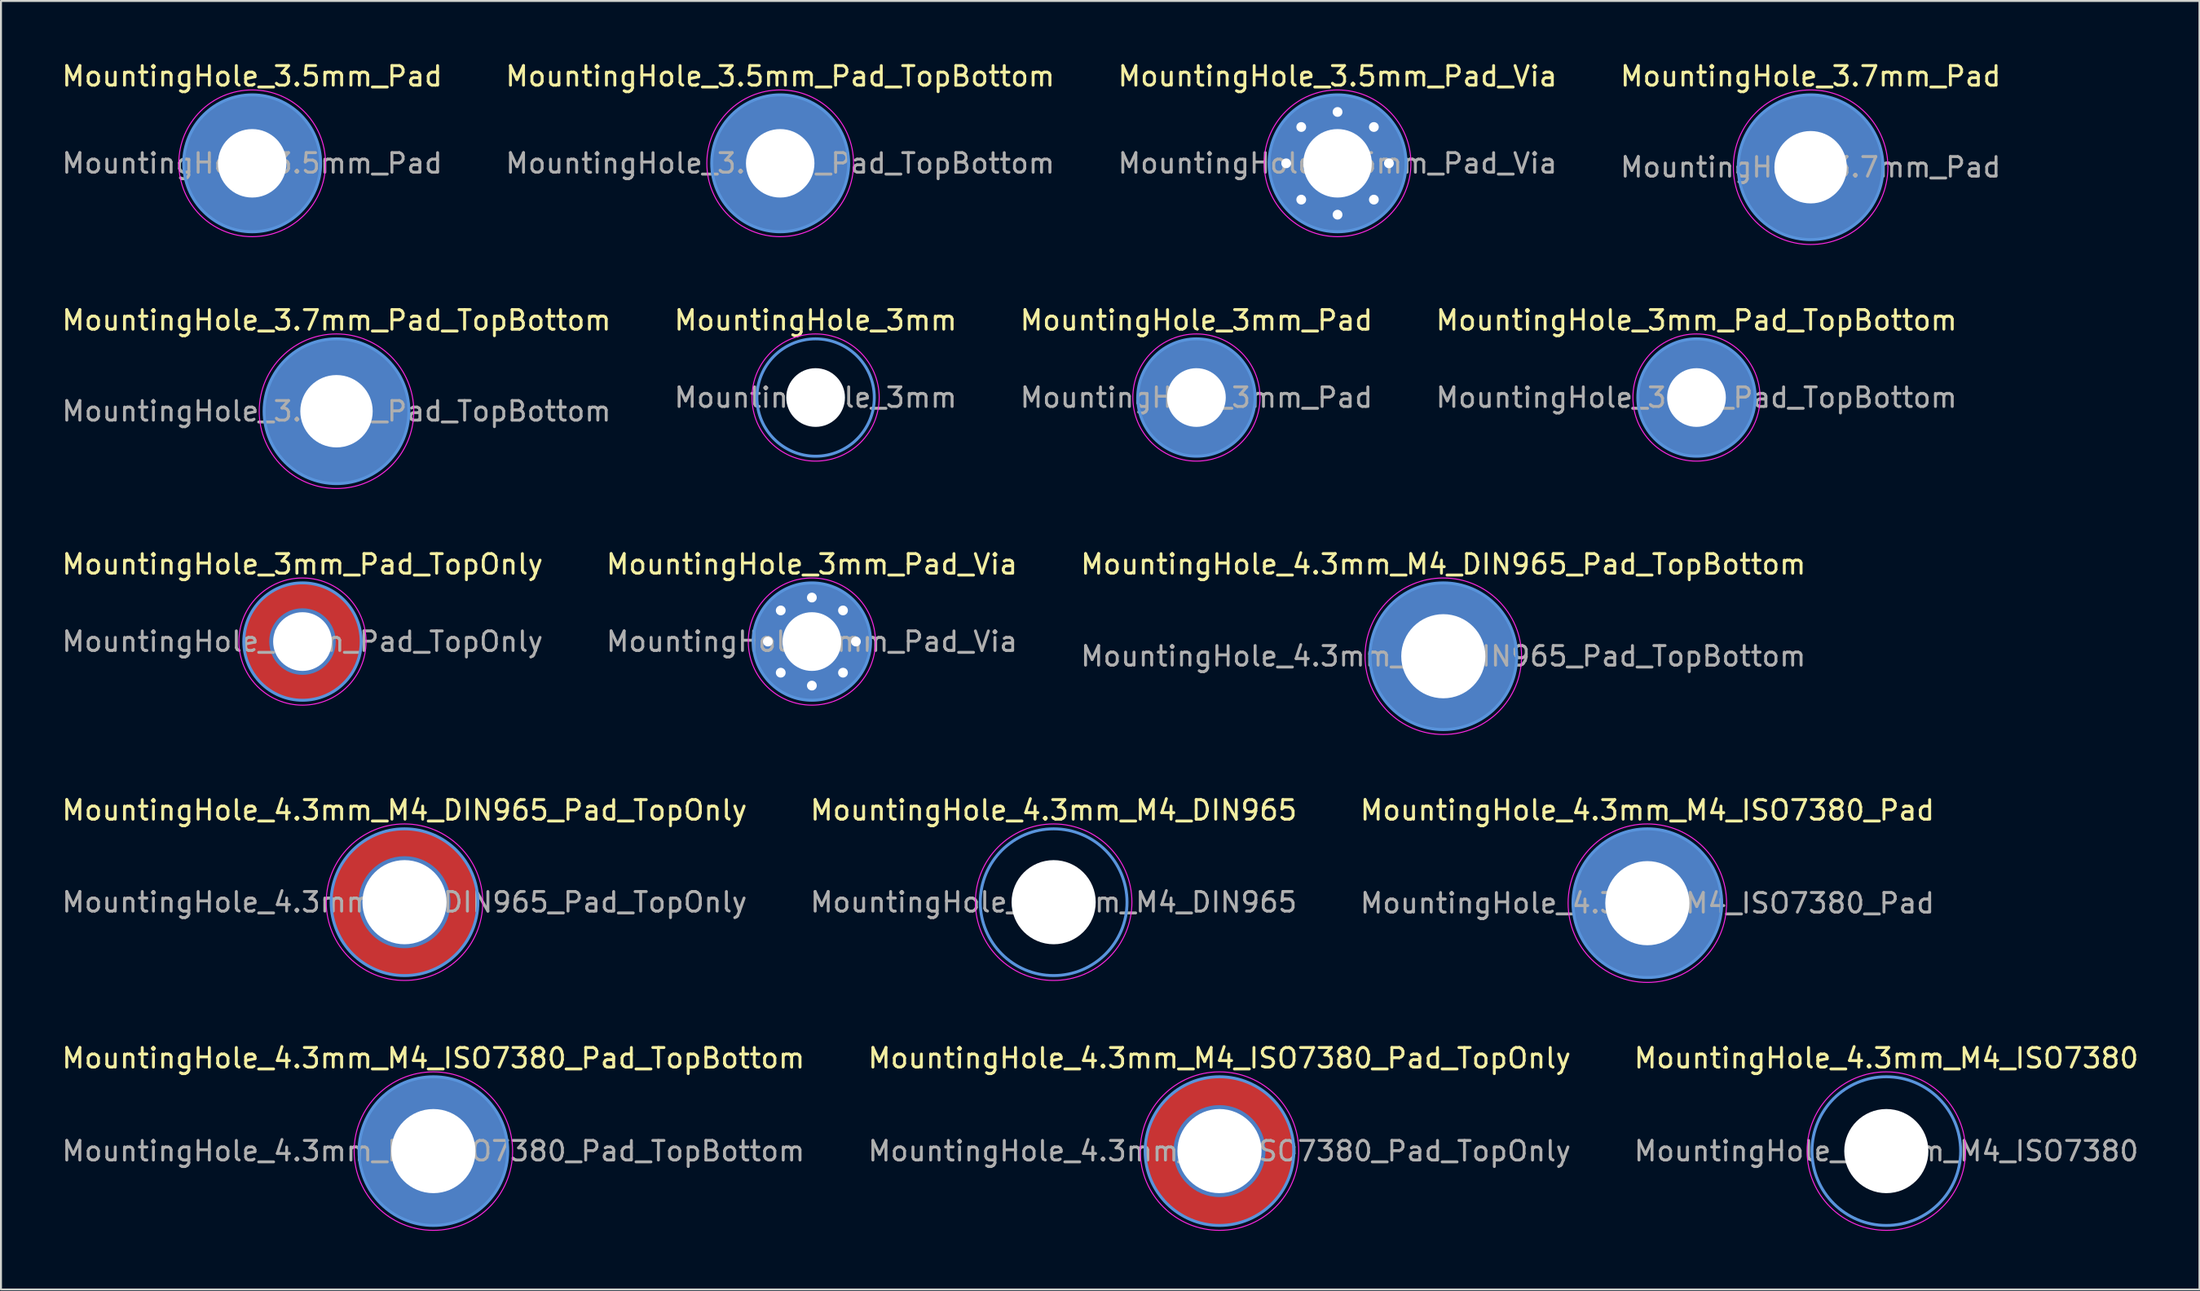
<source format=kicad_pcb>
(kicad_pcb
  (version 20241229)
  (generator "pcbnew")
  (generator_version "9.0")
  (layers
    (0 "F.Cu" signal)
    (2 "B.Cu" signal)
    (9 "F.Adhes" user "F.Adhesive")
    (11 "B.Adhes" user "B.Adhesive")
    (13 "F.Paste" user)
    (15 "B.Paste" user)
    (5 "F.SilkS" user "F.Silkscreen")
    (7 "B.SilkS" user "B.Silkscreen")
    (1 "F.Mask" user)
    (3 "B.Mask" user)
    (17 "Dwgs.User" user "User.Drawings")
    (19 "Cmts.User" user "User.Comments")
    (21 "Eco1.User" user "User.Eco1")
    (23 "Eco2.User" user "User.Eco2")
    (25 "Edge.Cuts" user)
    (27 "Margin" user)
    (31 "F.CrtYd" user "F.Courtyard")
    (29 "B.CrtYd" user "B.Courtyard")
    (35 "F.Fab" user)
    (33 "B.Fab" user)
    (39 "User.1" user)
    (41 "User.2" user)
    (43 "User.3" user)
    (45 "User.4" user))
  (footprint "MountingHole_3.5mm_Pad_TopBottom"
    (layer "F.Cu")
    (at 36.827 5.298)
    (property "Reference" "MountingHole_3.5mm_Pad_TopBottom" (at 0 -4.45 0) (layer "F.SilkS") (effects (font (size 1 1) (thickness 0.15))))
    (attr exclude_from_pos_files exclude_from_bom)
    (fp_circle (center 0 0) (end 3.5 0) (stroke (width 0.15) (type solid)) (fill no) (layer "Cmts.User"))
    (fp_circle (center 0 0) (end 3.75 0) (stroke (width 0.05) (type solid)) (fill no) (layer "F.CrtYd"))
    (fp_text user "${REFERENCE}" (at 0 0 0) (layer "F.Fab") (effects (font (size 1 1) (thickness 0.15))))
    (pad "1" thru_hole circle (at 0 0) (size 3.9 3.9) (drill 3.5) (layers "*.Cu" "*.Mask"))
    (pad "1" connect circle (at 0 0) (size 7 7) (layers "F.Cu" "F.Mask"))
    (pad "1" connect circle (at 0 0) (size 7 7) (layers "B.Cu" "B.Mask")))
  (footprint "MountingHole_4.3mm_M4_DIN965_Pad_TopOnly"
    (layer "F.Cu")
    (at 17.625 43.068)
    (property "Reference" "MountingHole_4.3mm_M4_DIN965_Pad_TopOnly" (at 0 -4.7 0) (layer "F.SilkS") (effects (font (size 1 1) (thickness 0.15))))
    (attr exclude_from_pos_files exclude_from_bom)
    (fp_circle (center 0 0) (end 3.75 0) (stroke (width 0.15) (type solid)) (fill no) (layer "Cmts.User"))
    (fp_circle (center 0 0) (end 4 0) (stroke (width 0.05) (type solid)) (fill no) (layer "F.CrtYd"))
    (fp_text user "${REFERENCE}" (at 0 0 0) (layer "F.Fab") (effects (font (size 1 1) (thickness 0.15))))
    (pad "1" thru_hole circle (at 0 0) (size 4.7 4.7) (drill 4.3) (layers "*.Cu" "*.Mask"))
    (pad "1" connect circle (at 0 0) (size 7.5 7.5) (layers "F.Cu" "F.Mask")))
  (footprint "MountingHole_4.3mm_M4_ISO7380_Pad"
    (layer "F.Cu")
    (at 81.149 43.118)
    (property "Reference" "MountingHole_4.3mm_M4_ISO7380_Pad" (at 0 -4.75 0) (layer "F.SilkS") (effects (font (size 1 1) (thickness 0.15))))
    (attr exclude_from_pos_files exclude_from_bom)
    (fp_circle (center 0 0) (end 3.8 0) (stroke (width 0.15) (type solid)) (fill no) (layer "Cmts.User"))
    (fp_circle (center 0 0) (end 4.05 0) (stroke (width 0.05) (type solid)) (fill no) (layer "F.CrtYd"))
    (fp_text user "${REFERENCE}" (at 0 0 0) (layer "F.Fab") (effects (font (size 1 1) (thickness 0.15))))
    (pad "1" thru_hole circle (at 0 0) (size 7.6 7.6) (drill 4.3) (layers "*.Cu" "*.Mask")))
  (footprint "MountingHole_3mm_Pad_Via"
    (layer "F.Cu")
    (at 38.446 29.745)
    (property "Reference" "MountingHole_3mm_Pad_Via" (at 0 -3.95 0) (layer "F.SilkS") (effects (font (size 1 1) (thickness 0.15))))
    (attr exclude_from_pos_files exclude_from_bom)
    (fp_circle (center 0 0) (end 3 0) (stroke (width 0.15) (type solid)) (fill no) (layer "Cmts.User"))
    (fp_circle (center 0 0) (end 3.25 0) (stroke (width 0.05) (type solid)) (fill no) (layer "F.CrtYd"))
    (fp_text user "${REFERENCE}" (at 0 0 0) (layer "F.Fab") (effects (font (size 1 1) (thickness 0.15))))
    (pad "1" thru_hole circle (at -2.25 0) (size 0.8 0.8) (drill 0.5) (layers "*.Cu" "*.Mask"))
    (pad "1" thru_hole circle (at -1.591 -1.591) (size 0.8 0.8) (drill 0.5) (layers "*.Cu" "*.Mask"))
    (pad "1" thru_hole circle (at -1.591 1.591) (size 0.8 0.8) (drill 0.5) (layers "*.Cu" "*.Mask"))
    (pad "1" thru_hole circle (at 0 -2.25) (size 0.8 0.8) (drill 0.5) (layers "*.Cu" "*.Mask"))
    (pad "1" thru_hole circle (at 0 0) (size 6 6) (drill 3) (layers "*.Cu" "*.Mask"))
    (pad "1" thru_hole circle (at 0 2.25) (size 0.8 0.8) (drill 0.5) (layers "*.Cu" "*.Mask"))
    (pad "1" thru_hole circle (at 1.591 -1.591) (size 0.8 0.8) (drill 0.5) (layers "*.Cu" "*.Mask"))
    (pad "1" thru_hole circle (at 1.591 1.591) (size 0.8 0.8) (drill 0.5) (layers "*.Cu" "*.Mask"))
    (pad "1" thru_hole circle (at 2.25 0) (size 0.8 0.8) (drill 0.5) (layers "*.Cu" "*.Mask")))
  (footprint "MountingHole_4.3mm_M4_ISO7380_Pad_TopBottom"
    (layer "F.Cu")
    (at 19.101 55.791)
    (property "Reference" "MountingHole_4.3mm_M4_ISO7380_Pad_TopBottom" (at 0 -4.75 0) (layer "F.SilkS") (effects (font (size 1 1) (thickness 0.15))))
    (attr exclude_from_pos_files exclude_from_bom)
    (fp_circle (center 0 0) (end 3.8 0) (stroke (width 0.15) (type solid)) (fill no) (layer "Cmts.User"))
    (fp_circle (center 0 0) (end 4.05 0) (stroke (width 0.05) (type solid)) (fill no) (layer "F.CrtYd"))
    (fp_text user "${REFERENCE}" (at 0 0 0) (layer "F.Fab") (effects (font (size 1 1) (thickness 0.15))))
    (pad "1" thru_hole circle (at 0 0) (size 4.7 4.7) (drill 4.3) (layers "*.Cu" "*.Mask"))
    (pad "1" connect circle (at 0 0) (size 7.6 7.6) (layers "F.Cu" "F.Mask"))
    (pad "1" connect circle (at 0 0) (size 7.6 7.6) (layers "B.Cu" "B.Mask")))
  (footprint "MountingHole_3mm_Pad"
    (layer "F.Cu")
    (at 58.101 17.271)
    (property "Reference" "MountingHole_3mm_Pad" (at 0 -3.95 0) (layer "F.SilkS") (effects (font (size 1 1) (thickness 0.15))))
    (attr exclude_from_pos_files exclude_from_bom)
    (fp_circle (center 0 0) (end 3 0) (stroke (width 0.15) (type solid)) (fill no) (layer "Cmts.User"))
    (fp_circle (center 0 0) (end 3.25 0) (stroke (width 0.05) (type solid)) (fill no) (layer "F.CrtYd"))
    (fp_text user "${REFERENCE}" (at 0 0 0) (layer "F.Fab") (effects (font (size 1 1) (thickness 0.15))))
    (pad "1" thru_hole circle (at 0 0) (size 6 6) (drill 3) (layers "*.Cu" "*.Mask")))
  (footprint "MountingHole_3mm_Pad_TopBottom"
    (layer "F.Cu")
    (at 83.661 17.271)
    (property "Reference" "MountingHole_3mm_Pad_TopBottom" (at 0 -3.95 0) (layer "F.SilkS") (effects (font (size 1 1) (thickness 0.15))))
    (attr exclude_from_pos_files exclude_from_bom)
    (fp_circle (center 0 0) (end 3 0) (stroke (width 0.15) (type solid)) (fill no) (layer "Cmts.User"))
    (fp_circle (center 0 0) (end 3.25 0) (stroke (width 0.05) (type solid)) (fill no) (layer "F.CrtYd"))
    (fp_text user "${REFERENCE}" (at 0 0 0) (layer "F.Fab") (effects (font (size 1 1) (thickness 0.15))))
    (pad "1" thru_hole circle (at 0 0) (size 3.4 3.4) (drill 3) (layers "*.Cu" "*.Mask"))
    (pad "1" connect circle (at 0 0) (size 6 6) (layers "F.Cu" "F.Mask"))
    (pad "1" connect circle (at 0 0) (size 6 6) (layers "B.Cu" "B.Mask")))
  (footprint "MountingHole_3mm_Pad_TopOnly"
    (layer "F.Cu")
    (at 12.411 29.745)
    (property "Reference" "MountingHole_3mm_Pad_TopOnly" (at 0 -3.95 0) (layer "F.SilkS") (effects (font (size 1 1) (thickness 0.15))))
    (attr exclude_from_pos_files exclude_from_bom)
    (fp_circle (center 0 0) (end 3 0) (stroke (width 0.15) (type solid)) (fill no) (layer "Cmts.User"))
    (fp_circle (center 0 0) (end 3.25 0) (stroke (width 0.05) (type solid)) (fill no) (layer "F.CrtYd"))
    (fp_text user "${REFERENCE}" (at 0 0 0) (layer "F.Fab") (effects (font (size 1 1) (thickness 0.15))))
    (pad "1" thru_hole circle (at 0 0) (size 3.4 3.4) (drill 3) (layers "*.Cu" "*.Mask"))
    (pad "1" connect circle (at 0 0) (size 6 6) (layers "F.Cu" "F.Mask")))
  (footprint "MountingHole_3mm"
    (layer "F.Cu")
    (at 38.637 17.271)
    (property "Reference" "MountingHole_3mm" (at 0 -3.95 0) (layer "F.SilkS") (effects (font (size 1 1) (thickness 0.15))))
    (attr exclude_from_pos_files exclude_from_bom)
    (fp_circle (center 0 0) (end 3 0) (stroke (width 0.15) (type solid)) (fill no) (layer "Cmts.User"))
    (fp_circle (center 0 0) (end 3.25 0) (stroke (width 0.05) (type solid)) (fill no) (layer "F.CrtYd"))
    (fp_text user "${REFERENCE}" (at 0 0 0) (layer "F.Fab") (effects (font (size 1 1) (thickness 0.15))))
    (pad "" np_thru_hole circle (at 0 0) (size 3 3) (drill 3) (layers "*.Cu" "*.Mask")))
  (footprint "MountingHole_4.3mm_M4_ISO7380_Pad_TopOnly"
    (layer "F.Cu")
    (at 59.28 55.791)
    (property "Reference" "MountingHole_4.3mm_M4_ISO7380_Pad_TopOnly" (at 0 -4.75 0) (layer "F.SilkS") (effects (font (size 1 1) (thickness 0.15))))
    (attr exclude_from_pos_files exclude_from_bom)
    (fp_circle (center 0 0) (end 3.8 0) (stroke (width 0.15) (type solid)) (fill no) (layer "Cmts.User"))
    (fp_circle (center 0 0) (end 4.05 0) (stroke (width 0.05) (type solid)) (fill no) (layer "F.CrtYd"))
    (fp_text user "${REFERENCE}" (at 0 0 0) (layer "F.Fab") (effects (font (size 1 1) (thickness 0.15))))
    (pad "1" thru_hole circle (at 0 0) (size 4.7 4.7) (drill 4.3) (layers "*.Cu" "*.Mask"))
    (pad "1" connect circle (at 0 0) (size 7.6 7.6) (layers "F.Cu" "F.Mask")))
  (footprint "MountingHole_3.5mm_Pad_Via"
    (layer "F.Cu")
    (at 65.315 5.298)
    (property "Reference" "MountingHole_3.5mm_Pad_Via" (at 0 -4.45 0) (layer "F.SilkS") (effects (font (size 1 1) (thickness 0.15))))
    (attr exclude_from_pos_files exclude_from_bom)
    (fp_circle (center 0 0) (end 3.5 0) (stroke (width 0.15) (type solid)) (fill no) (layer "Cmts.User"))
    (fp_circle (center 0 0) (end 3.75 0) (stroke (width 0.05) (type solid)) (fill no) (layer "F.CrtYd"))
    (fp_text user "${REFERENCE}" (at 0 0 0) (layer "F.Fab") (effects (font (size 1 1) (thickness 0.15))))
    (pad "1" thru_hole circle (at -2.625 0) (size 0.8 0.8) (drill 0.5) (layers "*.Cu" "*.Mask"))
    (pad "1" thru_hole circle (at -1.856 -1.856) (size 0.8 0.8) (drill 0.5) (layers "*.Cu" "*.Mask"))
    (pad "1" thru_hole circle (at -1.856 1.856) (size 0.8 0.8) (drill 0.5) (layers "*.Cu" "*.Mask"))
    (pad "1" thru_hole circle (at 0 -2.625) (size 0.8 0.8) (drill 0.5) (layers "*.Cu" "*.Mask"))
    (pad "1" thru_hole circle (at 0 0) (size 7 7) (drill 3.5) (layers "*.Cu" "*.Mask"))
    (pad "1" thru_hole circle (at 0 2.625) (size 0.8 0.8) (drill 0.5) (layers "*.Cu" "*.Mask"))
    (pad "1" thru_hole circle (at 1.856 -1.856) (size 0.8 0.8) (drill 0.5) (layers "*.Cu" "*.Mask"))
    (pad "1" thru_hole circle (at 1.856 1.856) (size 0.8 0.8) (drill 0.5) (layers "*.Cu" "*.Mask"))
    (pad "1" thru_hole circle (at 2.625 0) (size 0.8 0.8) (drill 0.5) (layers "*.Cu" "*.Mask")))
  (footprint "MountingHole_4.3mm_M4_ISO7380"
    (layer "F.Cu")
    (at 93.363 55.791)
    (property "Reference" "MountingHole_4.3mm_M4_ISO7380" (at 0 -4.75 0) (layer "F.SilkS") (effects (font (size 1 1) (thickness 0.15))))
    (attr exclude_from_pos_files exclude_from_bom)
    (fp_circle (center 0 0) (end 3.8 0) (stroke (width 0.15) (type solid)) (fill no) (layer "Cmts.User"))
    (fp_circle (center 0 0) (end 4.05 0) (stroke (width 0.05) (type solid)) (fill no) (layer "F.CrtYd"))
    (fp_text user "${REFERENCE}" (at 0 0 0) (layer "F.Fab") (effects (font (size 1 1) (thickness 0.15))))
    (pad "" np_thru_hole circle (at 0 0) (size 4.3 4.3) (drill 4.3) (layers "*.Cu" "*.Mask")))
  (footprint "MountingHole_4.3mm_M4_DIN965"
    (layer "F.Cu")
    (at 50.804 43.068)
    (property "Reference" "MountingHole_4.3mm_M4_DIN965" (at 0 -4.7 0) (layer "F.SilkS") (effects (font (size 1 1) (thickness 0.15))))
    (attr exclude_from_pos_files exclude_from_bom)
    (fp_circle (center 0 0) (end 3.75 0) (stroke (width 0.15) (type solid)) (fill no) (layer "Cmts.User"))
    (fp_circle (center 0 0) (end 4 0) (stroke (width 0.05) (type solid)) (fill no) (layer "F.CrtYd"))
    (fp_text user "${REFERENCE}" (at 0 0 0) (layer "F.Fab") (effects (font (size 1 1) (thickness 0.15))))
    (pad "" np_thru_hole circle (at 0 0) (size 4.3 4.3) (drill 4.3) (layers "*.Cu" "*.Mask")))
  (footprint "MountingHole_3.7mm_Pad"
    (layer "F.Cu")
    (at 89.494 5.498)
    (property "Reference" "MountingHole_3.7mm_Pad" (at 0 -4.65 0) (layer "F.SilkS") (effects (font (size 1 1) (thickness 0.15))))
    (attr exclude_from_pos_files exclude_from_bom)
    (fp_circle (center 0 0) (end 3.7 0) (stroke (width 0.15) (type solid)) (fill no) (layer "Cmts.User"))
    (fp_circle (center 0 0) (end 3.95 0) (stroke (width 0.05) (type solid)) (fill no) (layer "F.CrtYd"))
    (fp_text user "${REFERENCE}" (at 0 0 0) (layer "F.Fab") (effects (font (size 1 1) (thickness 0.15))))
    (pad "1" thru_hole circle (at 0 0) (size 7.4 7.4) (drill 3.7) (layers "*.Cu" "*.Mask")))
  (footprint "MountingHole_3.5mm_Pad"
    (layer "F.Cu")
    (at 9.839 5.298)
    (property "Reference" "MountingHole_3.5mm_Pad" (at 0 -4.45 0) (layer "F.SilkS") (effects (font (size 1 1) (thickness 0.15))))
    (attr exclude_from_pos_files exclude_from_bom)
    (fp_circle (center 0 0) (end 3.5 0) (stroke (width 0.15) (type solid)) (fill no) (layer "Cmts.User"))
    (fp_circle (center 0 0) (end 3.75 0) (stroke (width 0.05) (type solid)) (fill no) (layer "F.CrtYd"))
    (fp_text user "${REFERENCE}" (at 0 0 0) (layer "F.Fab") (effects (font (size 1 1) (thickness 0.15))))
    (pad "1" thru_hole circle (at 0 0) (size 7 7) (drill 3.5) (layers "*.Cu" "*.Mask")))
  (footprint "MountingHole_3.7mm_Pad_TopBottom"
    (layer "F.Cu")
    (at 14.149 17.971)
    (property "Reference" "MountingHole_3.7mm_Pad_TopBottom" (at 0 -4.65 0) (layer "F.SilkS") (effects (font (size 1 1) (thickness 0.15))))
    (attr exclude_from_pos_files exclude_from_bom)
    (fp_circle (center 0 0) (end 3.7 0) (stroke (width 0.15) (type solid)) (fill no) (layer "Cmts.User"))
    (fp_circle (center 0 0) (end 3.95 0) (stroke (width 0.05) (type solid)) (fill no) (layer "F.CrtYd"))
    (fp_text user "${REFERENCE}" (at 0 0 0) (layer "F.Fab") (effects (font (size 1 1) (thickness 0.15))))
    (pad "1" thru_hole circle (at 0 0) (size 4.1 4.1) (drill 3.7) (layers "*.Cu" "*.Mask"))
    (pad "1" connect circle (at 0 0) (size 7.4 7.4) (layers "F.Cu" "F.Mask"))
    (pad "1" connect circle (at 0 0) (size 7.4 7.4) (layers "B.Cu" "B.Mask")))
  (footprint "MountingHole_4.3mm_M4_DIN965_Pad_TopBottom"
    (layer "F.Cu")
    (at 70.72 30.495)
    (property "Reference" "MountingHole_4.3mm_M4_DIN965_Pad_TopBottom" (at 0 -4.7 0) (layer "F.SilkS") (effects (font (size 1 1) (thickness 0.15))))
    (attr exclude_from_pos_files exclude_from_bom)
    (fp_circle (center 0 0) (end 3.75 0) (stroke (width 0.15) (type solid)) (fill no) (layer "Cmts.User"))
    (fp_circle (center 0 0) (end 4 0) (stroke (width 0.05) (type solid)) (fill no) (layer "F.CrtYd"))
    (fp_text user "${REFERENCE}" (at 0 0 0) (layer "F.Fab") (effects (font (size 1 1) (thickness 0.15))))
    (pad "1" thru_hole circle (at 0 0) (size 4.7 4.7) (drill 4.3) (layers "*.Cu" "*.Mask"))
    (pad "1" connect circle (at 0 0) (size 7.5 7.5) (layers "F.Cu" "F.Mask"))
    (pad "1" connect circle (at 0 0) (size 7.5 7.5) (layers "B.Cu" "B.Mask")))
  (gr_rect
    (start -3 -3)
    (end 109.369 62.866)
    (stroke (width 0.1) (type default))
    (fill no)
    (layer "Edge.Cuts")))
</source>
